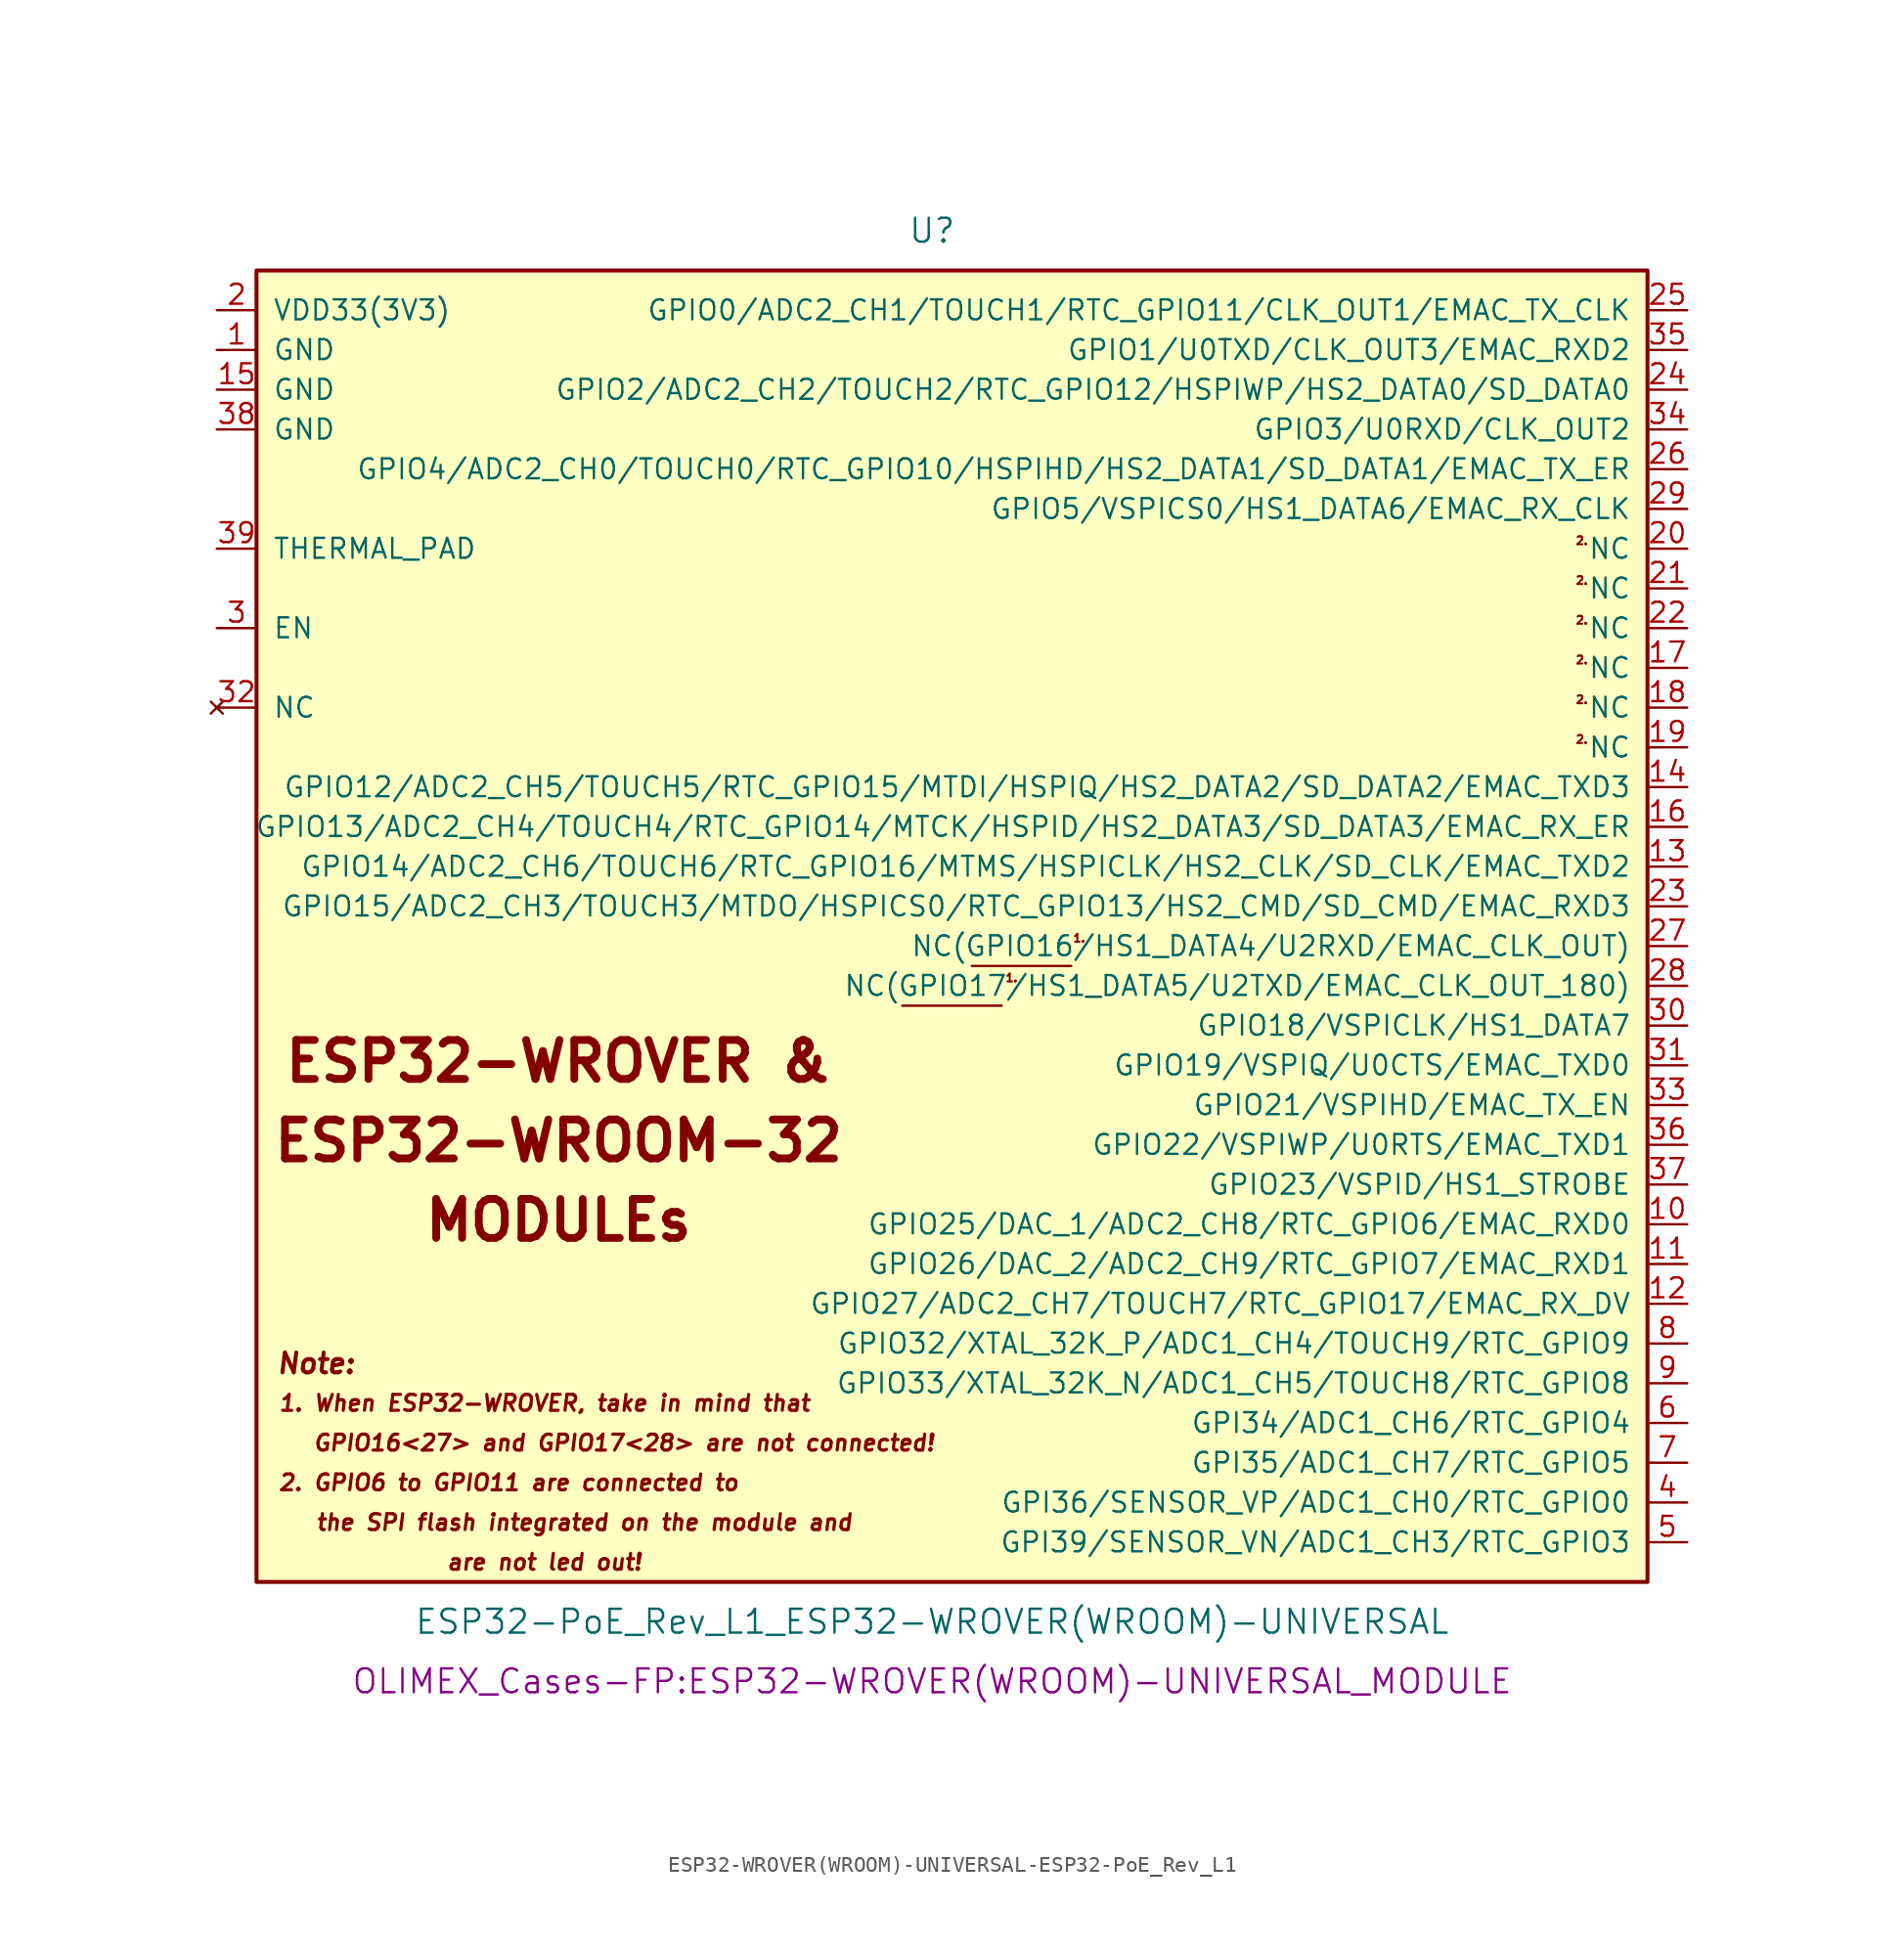
<source format=kicad_sym>
(kicad_symbol_lib
  (version 20220914)
  (generator kicad_symbol_editor)
  (symbol "ESP32-WROVER(WROOM)-UNIVERSAL-ESP32-PoE_Rev_L1"
    (pin_names
      (offset 1.016))
    (property "Reference" "U"
      (at 0 43.18 0)
      (effects (font (size 1.524 1.524))))
    (property "Value" "ESP32-PoE_Rev_L1_ESP32-WROVER(WROOM)-UNIVERSAL"
      (at 0 -45.72 0)
      (effects (font (size 1.524 1.524))))
    (property "Footprint" "OLIMEX_Cases-FP:ESP32-WROVER(WROOM)-UNIVERSAL_MODULE"
      (at 0 -49.53 0)
      (effects (font (size 1.524 1.524))))
    (property "Datasheet" ""
      (at -22.86 5.08 0)
      (effects (font (size 1.524 1.524))))
    (symbol "ESP32-WROVER(WROOM)-UNIVERSAL-ESP32-PoE_Rev_L1_0_0"
      (polyline (pts (xy -1.905 -6.35) (xy 4.445 -6.35)) (stroke (width 0) (type solid)) (fill (type none)))
      (polyline (pts (xy 2.54 -3.81) (xy 8.89 -3.81)) (stroke (width 0) (type solid)) (fill (type none)))
      (text "1." (at 5.08 -4.572 0) (effects (font (size 0.508 0.508))))
      (text "1." (at 9.398 -2.032 0) (effects (font (size 0.508 0.508))))
      (text "1. When ESP32-WROVER, take in mind that" (at -24.765 -31.75 0) (effects (font (size 1.016 1.016) bold italic)))
      (text "2." (at 41.529 10.668 0) (effects (font (size 0.508 0.508))))
      (text "2." (at 41.529 13.208 0) (effects (font (size 0.508 0.508))))
      (text "2." (at 41.529 15.748 0) (effects (font (size 0.508 0.508))))
      (text "2." (at 41.529 18.288 0) (effects (font (size 0.508 0.508))))
      (text "2." (at 41.529 20.828 0) (effects (font (size 0.508 0.508))))
      (text "2." (at 41.529 23.368 0) (effects (font (size 0.508 0.508))))
      (text "2. GPIO6 to GPIO11 are connected to " (at -26.67 -36.83 0) (effects (font (size 1.016 1.016) bold italic)))
      (text "are not led out!" (at -24.765 -41.91 0) (effects (font (size 1.016 1.016) bold italic)))
      (text "ESP32-WROOM-32" (at -23.876 -14.986 0) (effects (font (size 2.489 2.489) bold)))
      (text "ESP32-WROVER &" (at -23.876 -9.906 0) (effects (font (size 2.489 2.489) bold)))
      (text "GPIO16<27> and GPIO17<28> are not connected!" (at -19.685 -34.29 0) (effects (font (size 1.016 1.016) bold italic)))
      (text "MODULEs" (at -23.876 -20.066 0) (effects (font (size 2.489 2.489) bold)))
      (text "Note:" (at -39.37 -29.21 0) (effects (font (size 1.27 1.27) bold italic)))
      (text "the SPI flash integrated on the module and" (at -22.225 -39.37 0) (effects (font (size 1.016 1.016) bold italic))))
    (symbol "ESP32-WROVER(WROOM)-UNIVERSAL-ESP32-PoE_Rev_L1_0_1"
      (rectangle (start -43.18 40.64) (end 45.72 -43.18) (stroke (width 0.254) (type solid)) (fill (type background))))
    (symbol "ESP32-WROVER(WROOM)-UNIVERSAL-ESP32-PoE_Rev_L1_1_1"
      (pin power_in line (at -45.72 35.56 0) (length 2.54) (name "GND" (effects (font (size 1.27 1.27)))) (number "1" (effects (font (size 1.27 1.27)))))
      (pin bidirectional line (at 48.26 -20.32 180) (length 2.54) (name "GPIO25/DAC_1/ADC2_CH8/RTC_GPIO6/EMAC_RXD0" (effects (font (size 1.27 1.27)))) (number "10" (effects (font (size 1.27 1.27)))))
      (pin bidirectional line (at 48.26 -22.86 180) (length 2.54) (name "GPIO26/DAC_2/ADC2_CH9/RTC_GPIO7/EMAC_RXD1" (effects (font (size 1.27 1.27)))) (number "11" (effects (font (size 1.27 1.27)))))
      (pin bidirectional line (at 48.26 -25.4 180) (length 2.54) (name "GPIO27/ADC2_CH7/TOUCH7/RTC_GPIO17/EMAC_RX_DV" (effects (font (size 1.27 1.27)))) (number "12" (effects (font (size 1.27 1.27)))))
      (pin bidirectional line (at 48.26 2.54 180) (length 2.54) (name "GPIO14/ADC2_CH6/TOUCH6/RTC_GPIO16/MTMS/HSPICLK/HS2_CLK/SD_CLK/EMAC_TXD2" (effects (font (size 1.27 1.27)))) (number "13" (effects (font (size 1.27 1.27)))))
      (pin bidirectional line (at 48.26 7.62 180) (length 2.54) (name "GPIO12/ADC2_CH5/TOUCH5/RTC_GPIO15/MTDI/HSPIQ/HS2_DATA2/SD_DATA2/EMAC_TXD3" (effects (font (size 1.27 1.27)))) (number "14" (effects (font (size 1.27 1.27)))))
      (pin power_in line (at -45.72 33.02 0) (length 2.54) (name "GND" (effects (font (size 1.27 1.27)))) (number "15" (effects (font (size 1.27 1.27)))))
      (pin bidirectional line (at 48.26 5.08 180) (length 2.54) (name "GPIO13/ADC2_CH4/TOUCH4/RTC_GPIO14/MTCK/HSPID/HS2_DATA3/SD_DATA3/EMAC_RX_ER" (effects (font (size 1.27 1.27)))) (number "16" (effects (font (size 1.27 1.27)))))
      (pin bidirectional line (at 48.26 15.24 180) (length 2.54) (name "NC" (effects (font (size 1.27 1.27)))) (number "17" (effects (font (size 1.27 1.27)))))
      (pin bidirectional line (at 48.26 12.7 180) (length 2.54) (name "NC" (effects (font (size 1.27 1.27)))) (number "18" (effects (font (size 1.27 1.27)))))
      (pin bidirectional line (at 48.26 10.16 180) (length 2.54) (name "NC" (effects (font (size 1.27 1.27)))) (number "19" (effects (font (size 1.27 1.27)))))
      (pin power_in line (at -45.72 38.1 0) (length 2.54) (name "VDD33(3V3)" (effects (font (size 1.27 1.27)))) (number "2" (effects (font (size 1.27 1.27)))))
      (pin bidirectional line (at 48.26 22.86 180) (length 2.54) (name "NC" (effects (font (size 1.27 1.27)))) (number "20" (effects (font (size 1.27 1.27)))))
      (pin bidirectional line (at 48.26 20.32 180) (length 2.54) (name "NC" (effects (font (size 1.27 1.27)))) (number "21" (effects (font (size 1.27 1.27)))))
      (pin bidirectional line (at 48.26 17.78 180) (length 2.54) (name "NC" (effects (font (size 1.27 1.27)))) (number "22" (effects (font (size 1.27 1.27)))))
      (pin bidirectional line (at 48.26 0 180) (length 2.54) (name "GPIO15/ADC2_CH3/TOUCH3/MTDO/HSPICS0/RTC_GPIO13/HS2_CMD/SD_CMD/EMAC_RXD3" (effects (font (size 1.27 1.27)))) (number "23" (effects (font (size 1.27 1.27)))))
      (pin bidirectional line (at 48.26 33.02 180) (length 2.54) (name "GPIO2/ADC2_CH2/TOUCH2/RTC_GPIO12/HSPIWP/HS2_DATA0/SD_DATA0" (effects (font (size 1.27 1.27)))) (number "24" (effects (font (size 1.27 1.27)))))
      (pin bidirectional line (at 48.26 38.1 180) (length 2.54) (name "GPIO0/ADC2_CH1/TOUCH1/RTC_GPIO11/CLK_OUT1/EMAC_TX_CLK" (effects (font (size 1.27 1.27)))) (number "25" (effects (font (size 1.27 1.27)))))
      (pin bidirectional line (at 48.26 27.94 180) (length 2.54) (name "GPIO4/ADC2_CH0/TOUCH0/RTC_GPIO10/HSPIHD/HS2_DATA1/SD_DATA1/EMAC_TX_ER" (effects (font (size 1.27 1.27)))) (number "26" (effects (font (size 1.27 1.27)))))
      (pin bidirectional line (at 48.26 -2.54 180) (length 2.54) (name "NC(GPIO16/HS1_DATA4/U2RXD/EMAC_CLK_OUT)" (effects (font (size 1.27 1.27)))) (number "27" (effects (font (size 1.27 1.27)))))
      (pin bidirectional line (at 48.26 -5.08 180) (length 2.54) (name "NC(GPIO17/HS1_DATA5/U2TXD/EMAC_CLK_OUT_180)" (effects (font (size 1.27 1.27)))) (number "28" (effects (font (size 1.27 1.27)))))
      (pin bidirectional line (at 48.26 25.4 180) (length 2.54) (name "GPIO5/VSPICS0/HS1_DATA6/EMAC_RX_CLK" (effects (font (size 1.27 1.27)))) (number "29" (effects (font (size 1.27 1.27)))))
      (pin input line (at -45.72 17.78 0) (length 2.54) (name "EN" (effects (font (size 1.27 1.27)))) (number "3" (effects (font (size 1.27 1.27)))))
      (pin bidirectional line (at 48.26 -7.62 180) (length 2.54) (name "GPIO18/VSPICLK/HS1_DATA7" (effects (font (size 1.27 1.27)))) (number "30" (effects (font (size 1.27 1.27)))))
      (pin bidirectional line (at 48.26 -10.16 180) (length 2.54) (name "GPIO19/VSPIQ/U0CTS/EMAC_TXD0" (effects (font (size 1.27 1.27)))) (number "31" (effects (font (size 1.27 1.27)))))
      (pin no_connect line (at -45.72 12.7 0) (length 2.54) (name "NC" (effects (font (size 1.27 1.27)))) (number "32" (effects (font (size 1.27 1.27)))))
      (pin bidirectional line (at 48.26 -12.7 180) (length 2.54) (name "GPIO21/VSPIHD/EMAC_TX_EN" (effects (font (size 1.27 1.27)))) (number "33" (effects (font (size 1.27 1.27)))))
      (pin bidirectional line (at 48.26 30.48 180) (length 2.54) (name "GPIO3/U0RXD/CLK_OUT2" (effects (font (size 1.27 1.27)))) (number "34" (effects (font (size 1.27 1.27)))))
      (pin bidirectional line (at 48.26 35.56 180) (length 2.54) (name "GPIO1/U0TXD/CLK_OUT3/EMAC_RXD2" (effects (font (size 1.27 1.27)))) (number "35" (effects (font (size 1.27 1.27)))))
      (pin bidirectional line (at 48.26 -15.24 180) (length 2.54) (name "GPIO22/VSPIWP/U0RTS/EMAC_TXD1" (effects (font (size 1.27 1.27)))) (number "36" (effects (font (size 1.27 1.27)))))
      (pin bidirectional line (at 48.26 -17.78 180) (length 2.54) (name "GPIO23/VSPID/HS1_STROBE" (effects (font (size 1.27 1.27)))) (number "37" (effects (font (size 1.27 1.27)))))
      (pin power_in line (at -45.72 30.48 0) (length 2.54) (name "GND" (effects (font (size 1.27 1.27)))) (number "38" (effects (font (size 1.27 1.27)))))
      (pin power_in line (at -45.72 22.86 0) (length 2.54) (name "THERMAL_PAD" (effects (font (size 1.27 1.27)))) (number "39" (effects (font (size 1.27 1.27)))))
      (pin input line (at 48.26 -38.1 180) (length 2.54) (name "GPI36/SENSOR_VP/ADC1_CH0/RTC_GPIO0" (effects (font (size 1.27 1.27)))) (number "4" (effects (font (size 1.27 1.27)))))
      (pin input line (at 48.26 -40.64 180) (length 2.54) (name "GPI39/SENSOR_VN/ADC1_CH3/RTC_GPIO3" (effects (font (size 1.27 1.27)))) (number "5" (effects (font (size 1.27 1.27)))))
      (pin input line (at 48.26 -33.02 180) (length 2.54) (name "GPI34/ADC1_CH6/RTC_GPIO4" (effects (font (size 1.27 1.27)))) (number "6" (effects (font (size 1.27 1.27)))))
      (pin input line (at 48.26 -35.56 180) (length 2.54) (name "GPI35/ADC1_CH7/RTC_GPIO5" (effects (font (size 1.27 1.27)))) (number "7" (effects (font (size 1.27 1.27)))))
      (pin bidirectional line (at 48.26 -27.94 180) (length 2.54) (name "GPIO32/XTAL_32K_P/ADC1_CH4/TOUCH9/RTC_GPIO9" (effects (font (size 1.27 1.27)))) (number "8" (effects (font (size 1.27 1.27)))))
      (pin bidirectional line (at 48.26 -30.48 180) (length 2.54) (name "GPIO33/XTAL_32K_N/ADC1_CH5/TOUCH8/RTC_GPIO8" (effects (font (size 1.27 1.27)))) (number "9" (effects (font (size 1.27 1.27))))))))
</source>
